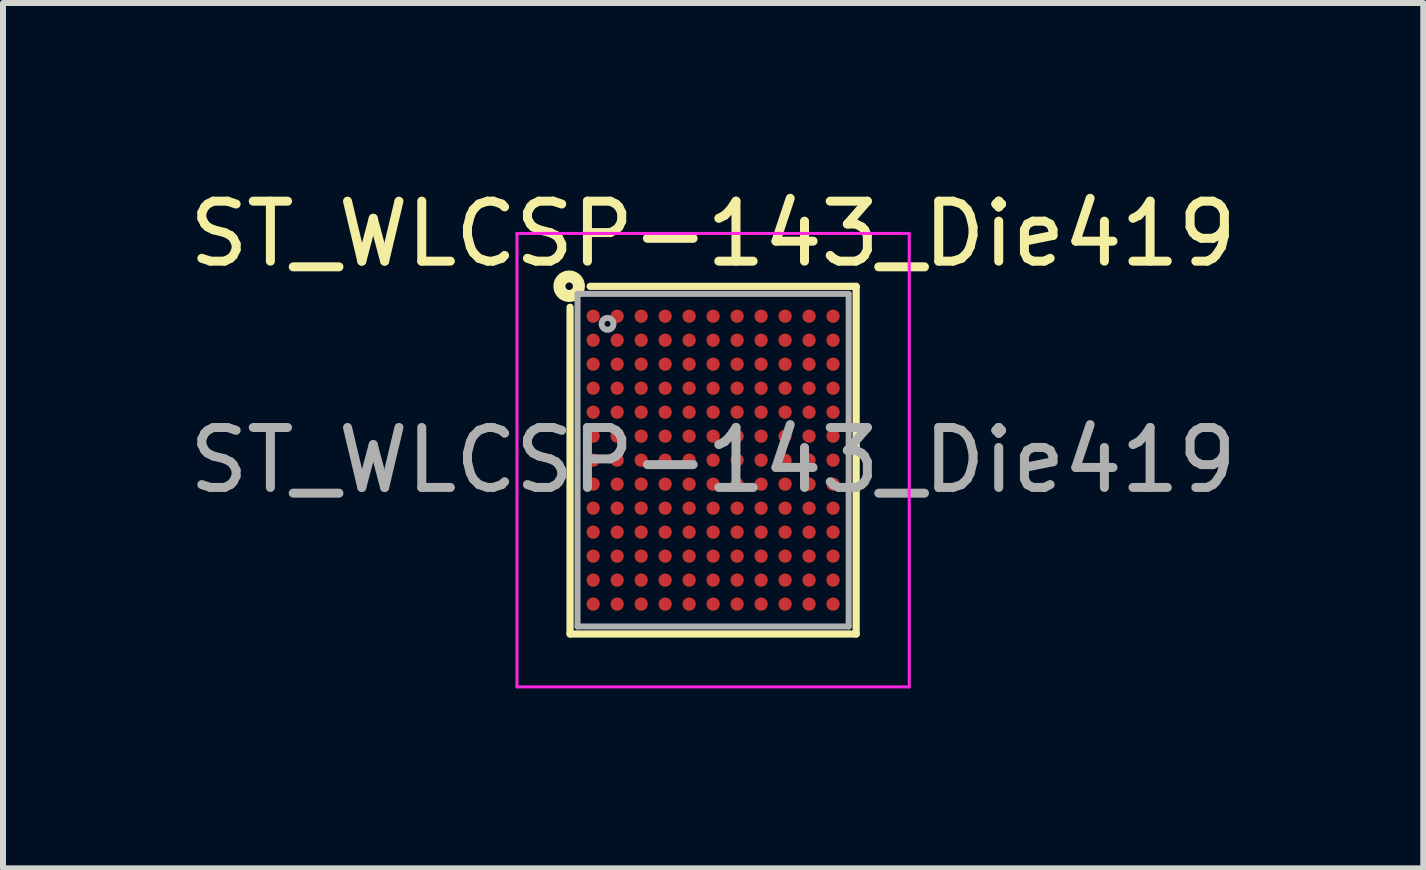
<source format=kicad_pcb>
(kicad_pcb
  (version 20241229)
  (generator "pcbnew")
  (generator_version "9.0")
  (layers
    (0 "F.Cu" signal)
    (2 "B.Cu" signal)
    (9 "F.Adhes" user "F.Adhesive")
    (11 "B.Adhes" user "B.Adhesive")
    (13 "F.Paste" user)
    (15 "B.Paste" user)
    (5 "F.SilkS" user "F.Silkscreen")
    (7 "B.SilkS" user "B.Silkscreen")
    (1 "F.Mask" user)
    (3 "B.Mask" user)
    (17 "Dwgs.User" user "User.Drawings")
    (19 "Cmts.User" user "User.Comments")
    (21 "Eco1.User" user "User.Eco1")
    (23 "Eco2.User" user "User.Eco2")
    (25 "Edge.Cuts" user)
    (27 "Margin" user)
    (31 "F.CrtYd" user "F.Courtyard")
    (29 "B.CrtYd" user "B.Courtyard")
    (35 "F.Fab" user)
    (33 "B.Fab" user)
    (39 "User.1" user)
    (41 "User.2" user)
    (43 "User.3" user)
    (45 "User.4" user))
  (footprint "ST_WLCSP-143_Die419"
    (layer "F.Cu")
    (at 8.839 4.622)
    (property "Reference" "ST_WLCSP-143_Die419" (at 0 -3.773 0) (layer "F.SilkS") (effects (font (size 1 1) (thickness 0.15))))
    (attr smd)
    (fp_line (start -2.385 2.898) (end -2.385 -2.55) (stroke (width 0.12) (type solid)) (layer "F.SilkS"))
    (fp_line (start -2.05 -2.898) (end 2.385 -2.898) (stroke (width 0.12) (type solid)) (layer "F.SilkS"))
    (fp_line (start 2.385 -2.898) (end 2.385 2.898) (stroke (width 0.12) (type solid)) (layer "F.SilkS"))
    (fp_line (start 2.385 2.898) (end -2.385 2.898) (stroke (width 0.12) (type solid)) (layer "F.SilkS"))
    (fp_circle (center -2.4 -2.9) (end -2.337 -2.9) (stroke (width 0.2) (type solid)) (fill no) (layer "F.SilkS"))
    (fp_line (start -3.27 -3.78) (end -3.27 3.78) (stroke (width 0.05) (type solid)) (layer "F.CrtYd"))
    (fp_line (start -3.27 3.78) (end 3.27 3.78) (stroke (width 0.05) (type solid)) (layer "F.CrtYd"))
    (fp_line (start 3.27 -3.78) (end -3.27 -3.78) (stroke (width 0.05) (type solid)) (layer "F.CrtYd"))
    (fp_line (start 3.27 3.78) (end 3.27 -3.78) (stroke (width 0.05) (type solid)) (layer "F.CrtYd"))
    (fp_line (start -2.26 2.773) (end -2.26 -2.773) (stroke (width 0.1) (type solid)) (layer "F.Fab"))
    (fp_line (start -2.26 -2.773) (end 2.26 -2.773) (stroke (width 0.1) (type solid)) (layer "F.Fab"))
    (fp_line (start 2.26 -2.773) (end 2.26 2.773) (stroke (width 0.1) (type solid)) (layer "F.Fab"))
    (fp_line (start 2.26 2.773) (end -2.26 2.773) (stroke (width 0.1) (type solid)) (layer "F.Fab"))
    (fp_circle (center -1.76 -2.273) (end -1.661 -2.273) (stroke (width 0.1) (type solid)) (fill no) (layer "F.Fab"))
    (fp_text user "${REFERENCE}" (at 0 0 0) (layer "F.Fab") (effects (font (size 1 1) (thickness 0.15))))
    (pad "A1" smd circle (at -2 -2.4) (size 0.22 0.22) (layers "F.Cu" "F.Mask" "F.Paste"))
    (pad "A2" smd circle (at -1.6 -2.4) (size 0.22 0.22) (layers "F.Cu" "F.Mask" "F.Paste"))
    (pad "A3" smd circle (at -1.2 -2.4) (size 0.22 0.22) (layers "F.Cu" "F.Mask" "F.Paste"))
    (pad "A4" smd circle (at -0.8 -2.4) (size 0.22 0.22) (layers "F.Cu" "F.Mask" "F.Paste"))
    (pad "A5" smd circle (at -0.4 -2.4) (size 0.22 0.22) (layers "F.Cu" "F.Mask" "F.Paste"))
    (pad "A6" smd circle (at 0 -2.4) (size 0.22 0.22) (layers "F.Cu" "F.Mask" "F.Paste"))
    (pad "A7" smd circle (at 0.4 -2.4) (size 0.22 0.22) (layers "F.Cu" "F.Mask" "F.Paste"))
    (pad "A8" smd circle (at 0.8 -2.4) (size 0.22 0.22) (layers "F.Cu" "F.Mask" "F.Paste"))
    (pad "A9" smd circle (at 1.2 -2.4) (size 0.22 0.22) (layers "F.Cu" "F.Mask" "F.Paste"))
    (pad "A10" smd circle (at 1.6 -2.4) (size 0.22 0.22) (layers "F.Cu" "F.Mask" "F.Paste"))
    (pad "A11" smd circle (at 2 -2.4) (size 0.22 0.22) (layers "F.Cu" "F.Mask" "F.Paste"))
    (pad "B1" smd circle (at -2 -2) (size 0.22 0.22) (layers "F.Cu" "F.Mask" "F.Paste"))
    (pad "B2" smd circle (at -1.6 -2) (size 0.22 0.22) (layers "F.Cu" "F.Mask" "F.Paste"))
    (pad "B3" smd circle (at -1.2 -2) (size 0.22 0.22) (layers "F.Cu" "F.Mask" "F.Paste"))
    (pad "B4" smd circle (at -0.8 -2) (size 0.22 0.22) (layers "F.Cu" "F.Mask" "F.Paste"))
    (pad "B5" smd circle (at -0.4 -2) (size 0.22 0.22) (layers "F.Cu" "F.Mask" "F.Paste"))
    (pad "B6" smd circle (at 0 -2) (size 0.22 0.22) (layers "F.Cu" "F.Mask" "F.Paste"))
    (pad "B7" smd circle (at 0.4 -2) (size 0.22 0.22) (layers "F.Cu" "F.Mask" "F.Paste"))
    (pad "B8" smd circle (at 0.8 -2) (size 0.22 0.22) (layers "F.Cu" "F.Mask" "F.Paste"))
    (pad "B9" smd circle (at 1.2 -2) (size 0.22 0.22) (layers "F.Cu" "F.Mask" "F.Paste"))
    (pad "B10" smd circle (at 1.6 -2) (size 0.22 0.22) (layers "F.Cu" "F.Mask" "F.Paste"))
    (pad "B11" smd circle (at 2 -2) (size 0.22 0.22) (layers "F.Cu" "F.Mask" "F.Paste"))
    (pad "C1" smd circle (at -2 -1.6) (size 0.22 0.22) (layers "F.Cu" "F.Mask" "F.Paste"))
    (pad "C2" smd circle (at -1.6 -1.6) (size 0.22 0.22) (layers "F.Cu" "F.Mask" "F.Paste"))
    (pad "C3" smd circle (at -1.2 -1.6) (size 0.22 0.22) (layers "F.Cu" "F.Mask" "F.Paste"))
    (pad "C4" smd circle (at -0.8 -1.6) (size 0.22 0.22) (layers "F.Cu" "F.Mask" "F.Paste"))
    (pad "C5" smd circle (at -0.4 -1.6) (size 0.22 0.22) (layers "F.Cu" "F.Mask" "F.Paste"))
    (pad "C6" smd circle (at 0 -1.6) (size 0.22 0.22) (layers "F.Cu" "F.Mask" "F.Paste"))
    (pad "C7" smd circle (at 0.4 -1.6) (size 0.22 0.22) (layers "F.Cu" "F.Mask" "F.Paste"))
    (pad "C8" smd circle (at 0.8 -1.6) (size 0.22 0.22) (layers "F.Cu" "F.Mask" "F.Paste"))
    (pad "C9" smd circle (at 1.2 -1.6) (size 0.22 0.22) (layers "F.Cu" "F.Mask" "F.Paste"))
    (pad "C10" smd circle (at 1.6 -1.6) (size 0.22 0.22) (layers "F.Cu" "F.Mask" "F.Paste"))
    (pad "C11" smd circle (at 2 -1.6) (size 0.22 0.22) (layers "F.Cu" "F.Mask" "F.Paste"))
    (pad "D1" smd circle (at -2 -1.2) (size 0.22 0.22) (layers "F.Cu" "F.Mask" "F.Paste"))
    (pad "D2" smd circle (at -1.6 -1.2) (size 0.22 0.22) (layers "F.Cu" "F.Mask" "F.Paste"))
    (pad "D3" smd circle (at -1.2 -1.2) (size 0.22 0.22) (layers "F.Cu" "F.Mask" "F.Paste"))
    (pad "D4" smd circle (at -0.8 -1.2) (size 0.22 0.22) (layers "F.Cu" "F.Mask" "F.Paste"))
    (pad "D5" smd circle (at -0.4 -1.2) (size 0.22 0.22) (layers "F.Cu" "F.Mask" "F.Paste"))
    (pad "D6" smd circle (at 0 -1.2) (size 0.22 0.22) (layers "F.Cu" "F.Mask" "F.Paste"))
    (pad "D7" smd circle (at 0.4 -1.2) (size 0.22 0.22) (layers "F.Cu" "F.Mask" "F.Paste"))
    (pad "D8" smd circle (at 0.8 -1.2) (size 0.22 0.22) (layers "F.Cu" "F.Mask" "F.Paste"))
    (pad "D9" smd circle (at 1.2 -1.2) (size 0.22 0.22) (layers "F.Cu" "F.Mask" "F.Paste"))
    (pad "D10" smd circle (at 1.6 -1.2) (size 0.22 0.22) (layers "F.Cu" "F.Mask" "F.Paste"))
    (pad "D11" smd circle (at 2 -1.2) (size 0.22 0.22) (layers "F.Cu" "F.Mask" "F.Paste"))
    (pad "E1" smd circle (at -2 -0.8) (size 0.22 0.22) (layers "F.Cu" "F.Mask" "F.Paste"))
    (pad "E2" smd circle (at -1.6 -0.8) (size 0.22 0.22) (layers "F.Cu" "F.Mask" "F.Paste"))
    (pad "E3" smd circle (at -1.2 -0.8) (size 0.22 0.22) (layers "F.Cu" "F.Mask" "F.Paste"))
    (pad "E4" smd circle (at -0.8 -0.8) (size 0.22 0.22) (layers "F.Cu" "F.Mask" "F.Paste"))
    (pad "E5" smd circle (at -0.4 -0.8) (size 0.22 0.22) (layers "F.Cu" "F.Mask" "F.Paste"))
    (pad "E6" smd circle (at 0 -0.8) (size 0.22 0.22) (layers "F.Cu" "F.Mask" "F.Paste"))
    (pad "E7" smd circle (at 0.4 -0.8) (size 0.22 0.22) (layers "F.Cu" "F.Mask" "F.Paste"))
    (pad "E8" smd circle (at 0.8 -0.8) (size 0.22 0.22) (layers "F.Cu" "F.Mask" "F.Paste"))
    (pad "E9" smd circle (at 1.2 -0.8) (size 0.22 0.22) (layers "F.Cu" "F.Mask" "F.Paste"))
    (pad "E10" smd circle (at 1.6 -0.8) (size 0.22 0.22) (layers "F.Cu" "F.Mask" "F.Paste"))
    (pad "E11" smd circle (at 2 -0.8) (size 0.22 0.22) (layers "F.Cu" "F.Mask" "F.Paste"))
    (pad "F1" smd circle (at -2 -0.4) (size 0.22 0.22) (layers "F.Cu" "F.Mask" "F.Paste"))
    (pad "F2" smd circle (at -1.6 -0.4) (size 0.22 0.22) (layers "F.Cu" "F.Mask" "F.Paste"))
    (pad "F3" smd circle (at -1.2 -0.4) (size 0.22 0.22) (layers "F.Cu" "F.Mask" "F.Paste"))
    (pad "F4" smd circle (at -0.8 -0.4) (size 0.22 0.22) (layers "F.Cu" "F.Mask" "F.Paste"))
    (pad "F5" smd circle (at -0.4 -0.4) (size 0.22 0.22) (layers "F.Cu" "F.Mask" "F.Paste"))
    (pad "F6" smd circle (at 0 -0.4) (size 0.22 0.22) (layers "F.Cu" "F.Mask" "F.Paste"))
    (pad "F7" smd circle (at 0.4 -0.4) (size 0.22 0.22) (layers "F.Cu" "F.Mask" "F.Paste"))
    (pad "F8" smd circle (at 0.8 -0.4) (size 0.22 0.22) (layers "F.Cu" "F.Mask" "F.Paste"))
    (pad "F9" smd circle (at 1.2 -0.4) (size 0.22 0.22) (layers "F.Cu" "F.Mask" "F.Paste"))
    (pad "F10" smd circle (at 1.6 -0.4) (size 0.22 0.22) (layers "F.Cu" "F.Mask" "F.Paste"))
    (pad "F11" smd circle (at 2 -0.4) (size 0.22 0.22) (layers "F.Cu" "F.Mask" "F.Paste"))
    (pad "G1" smd circle (at -2 0) (size 0.22 0.22) (layers "F.Cu" "F.Mask" "F.Paste"))
    (pad "G2" smd circle (at -1.6 0) (size 0.22 0.22) (layers "F.Cu" "F.Mask" "F.Paste"))
    (pad "G3" smd circle (at -1.2 0) (size 0.22 0.22) (layers "F.Cu" "F.Mask" "F.Paste"))
    (pad "G4" smd circle (at -0.8 0) (size 0.22 0.22) (layers "F.Cu" "F.Mask" "F.Paste"))
    (pad "G5" smd circle (at -0.4 0) (size 0.22 0.22) (layers "F.Cu" "F.Mask" "F.Paste"))
    (pad "G6" smd circle (at 0 0) (size 0.22 0.22) (layers "F.Cu" "F.Mask" "F.Paste"))
    (pad "G7" smd circle (at 0.4 0) (size 0.22 0.22) (layers "F.Cu" "F.Mask" "F.Paste"))
    (pad "G8" smd circle (at 0.8 0) (size 0.22 0.22) (layers "F.Cu" "F.Mask" "F.Paste"))
    (pad "G9" smd circle (at 1.2 0) (size 0.22 0.22) (layers "F.Cu" "F.Mask" "F.Paste"))
    (pad "G10" smd circle (at 1.6 0) (size 0.22 0.22) (layers "F.Cu" "F.Mask" "F.Paste"))
    (pad "G11" smd circle (at 2 0) (size 0.22 0.22) (layers "F.Cu" "F.Mask" "F.Paste"))
    (pad "H1" smd circle (at -2 0.4) (size 0.22 0.22) (layers "F.Cu" "F.Mask" "F.Paste"))
    (pad "H2" smd circle (at -1.6 0.4) (size 0.22 0.22) (layers "F.Cu" "F.Mask" "F.Paste"))
    (pad "H3" smd circle (at -1.2 0.4) (size 0.22 0.22) (layers "F.Cu" "F.Mask" "F.Paste"))
    (pad "H4" smd circle (at -0.8 0.4) (size 0.22 0.22) (layers "F.Cu" "F.Mask" "F.Paste"))
    (pad "H5" smd circle (at -0.4 0.4) (size 0.22 0.22) (layers "F.Cu" "F.Mask" "F.Paste"))
    (pad "H6" smd circle (at 0 0.4) (size 0.22 0.22) (layers "F.Cu" "F.Mask" "F.Paste"))
    (pad "H7" smd circle (at 0.4 0.4) (size 0.22 0.22) (layers "F.Cu" "F.Mask" "F.Paste"))
    (pad "H8" smd circle (at 0.8 0.4) (size 0.22 0.22) (layers "F.Cu" "F.Mask" "F.Paste"))
    (pad "H9" smd circle (at 1.2 0.4) (size 0.22 0.22) (layers "F.Cu" "F.Mask" "F.Paste"))
    (pad "H10" smd circle (at 1.6 0.4) (size 0.22 0.22) (layers "F.Cu" "F.Mask" "F.Paste"))
    (pad "H11" smd circle (at 2 0.4) (size 0.22 0.22) (layers "F.Cu" "F.Mask" "F.Paste"))
    (pad "J1" smd circle (at -2 0.8) (size 0.22 0.22) (layers "F.Cu" "F.Mask" "F.Paste"))
    (pad "J2" smd circle (at -1.6 0.8) (size 0.22 0.22) (layers "F.Cu" "F.Mask" "F.Paste"))
    (pad "J3" smd circle (at -1.2 0.8) (size 0.22 0.22) (layers "F.Cu" "F.Mask" "F.Paste"))
    (pad "J4" smd circle (at -0.8 0.8) (size 0.22 0.22) (layers "F.Cu" "F.Mask" "F.Paste"))
    (pad "J5" smd circle (at -0.4 0.8) (size 0.22 0.22) (layers "F.Cu" "F.Mask" "F.Paste"))
    (pad "J6" smd circle (at 0 0.8) (size 0.22 0.22) (layers "F.Cu" "F.Mask" "F.Paste"))
    (pad "J7" smd circle (at 0.4 0.8) (size 0.22 0.22) (layers "F.Cu" "F.Mask" "F.Paste"))
    (pad "J8" smd circle (at 0.8 0.8) (size 0.22 0.22) (layers "F.Cu" "F.Mask" "F.Paste"))
    (pad "J9" smd circle (at 1.2 0.8) (size 0.22 0.22) (layers "F.Cu" "F.Mask" "F.Paste"))
    (pad "J10" smd circle (at 1.6 0.8) (size 0.22 0.22) (layers "F.Cu" "F.Mask" "F.Paste"))
    (pad "J11" smd circle (at 2 0.8) (size 0.22 0.22) (layers "F.Cu" "F.Mask" "F.Paste"))
    (pad "K1" smd circle (at -2 1.2) (size 0.22 0.22) (layers "F.Cu" "F.Mask" "F.Paste"))
    (pad "K2" smd circle (at -1.6 1.2) (size 0.22 0.22) (layers "F.Cu" "F.Mask" "F.Paste"))
    (pad "K3" smd circle (at -1.2 1.2) (size 0.22 0.22) (layers "F.Cu" "F.Mask" "F.Paste"))
    (pad "K4" smd circle (at -0.8 1.2) (size 0.22 0.22) (layers "F.Cu" "F.Mask" "F.Paste"))
    (pad "K5" smd circle (at -0.4 1.2) (size 0.22 0.22) (layers "F.Cu" "F.Mask" "F.Paste"))
    (pad "K6" smd circle (at 0 1.2) (size 0.22 0.22) (layers "F.Cu" "F.Mask" "F.Paste"))
    (pad "K7" smd circle (at 0.4 1.2) (size 0.22 0.22) (layers "F.Cu" "F.Mask" "F.Paste"))
    (pad "K8" smd circle (at 0.8 1.2) (size 0.22 0.22) (layers "F.Cu" "F.Mask" "F.Paste"))
    (pad "K9" smd circle (at 1.2 1.2) (size 0.22 0.22) (layers "F.Cu" "F.Mask" "F.Paste"))
    (pad "K10" smd circle (at 1.6 1.2) (size 0.22 0.22) (layers "F.Cu" "F.Mask" "F.Paste"))
    (pad "K11" smd circle (at 2 1.2) (size 0.22 0.22) (layers "F.Cu" "F.Mask" "F.Paste"))
    (pad "L1" smd circle (at -2 1.6) (size 0.22 0.22) (layers "F.Cu" "F.Mask" "F.Paste"))
    (pad "L2" smd circle (at -1.6 1.6) (size 0.22 0.22) (layers "F.Cu" "F.Mask" "F.Paste"))
    (pad "L3" smd circle (at -1.2 1.6) (size 0.22 0.22) (layers "F.Cu" "F.Mask" "F.Paste"))
    (pad "L4" smd circle (at -0.8 1.6) (size 0.22 0.22) (layers "F.Cu" "F.Mask" "F.Paste"))
    (pad "L5" smd circle (at -0.4 1.6) (size 0.22 0.22) (layers "F.Cu" "F.Mask" "F.Paste"))
    (pad "L6" smd circle (at 0 1.6) (size 0.22 0.22) (layers "F.Cu" "F.Mask" "F.Paste"))
    (pad "L7" smd circle (at 0.4 1.6) (size 0.22 0.22) (layers "F.Cu" "F.Mask" "F.Paste"))
    (pad "L8" smd circle (at 0.8 1.6) (size 0.22 0.22) (layers "F.Cu" "F.Mask" "F.Paste"))
    (pad "L9" smd circle (at 1.2 1.6) (size 0.22 0.22) (layers "F.Cu" "F.Mask" "F.Paste"))
    (pad "L10" smd circle (at 1.6 1.6) (size 0.22 0.22) (layers "F.Cu" "F.Mask" "F.Paste"))
    (pad "L11" smd circle (at 2 1.6) (size 0.22 0.22) (layers "F.Cu" "F.Mask" "F.Paste"))
    (pad "M1" smd circle (at -2 2) (size 0.22 0.22) (layers "F.Cu" "F.Mask" "F.Paste"))
    (pad "M2" smd circle (at -1.6 2) (size 0.22 0.22) (layers "F.Cu" "F.Mask" "F.Paste"))
    (pad "M3" smd circle (at -1.2 2) (size 0.22 0.22) (layers "F.Cu" "F.Mask" "F.Paste"))
    (pad "M4" smd circle (at -0.8 2) (size 0.22 0.22) (layers "F.Cu" "F.Mask" "F.Paste"))
    (pad "M5" smd circle (at -0.4 2) (size 0.22 0.22) (layers "F.Cu" "F.Mask" "F.Paste"))
    (pad "M6" smd circle (at 0 2) (size 0.22 0.22) (layers "F.Cu" "F.Mask" "F.Paste"))
    (pad "M7" smd circle (at 0.4 2) (size 0.22 0.22) (layers "F.Cu" "F.Mask" "F.Paste"))
    (pad "M8" smd circle (at 0.8 2) (size 0.22 0.22) (layers "F.Cu" "F.Mask" "F.Paste"))
    (pad "M9" smd circle (at 1.2 2) (size 0.22 0.22) (layers "F.Cu" "F.Mask" "F.Paste"))
    (pad "M10" smd circle (at 1.6 2) (size 0.22 0.22) (layers "F.Cu" "F.Mask" "F.Paste"))
    (pad "M11" smd circle (at 2 2) (size 0.22 0.22) (layers "F.Cu" "F.Mask" "F.Paste"))
    (pad "N1" smd circle (at -2 2.4) (size 0.22 0.22) (layers "F.Cu" "F.Mask" "F.Paste"))
    (pad "N2" smd circle (at -1.6 2.4) (size 0.22 0.22) (layers "F.Cu" "F.Mask" "F.Paste"))
    (pad "N3" smd circle (at -1.2 2.4) (size 0.22 0.22) (layers "F.Cu" "F.Mask" "F.Paste"))
    (pad "N4" smd circle (at -0.8 2.4) (size 0.22 0.22) (layers "F.Cu" "F.Mask" "F.Paste"))
    (pad "N5" smd circle (at -0.4 2.4) (size 0.22 0.22) (layers "F.Cu" "F.Mask" "F.Paste"))
    (pad "N6" smd circle (at 0 2.4) (size 0.22 0.22) (layers "F.Cu" "F.Mask" "F.Paste"))
    (pad "N7" smd circle (at 0.4 2.4) (size 0.22 0.22) (layers "F.Cu" "F.Mask" "F.Paste"))
    (pad "N8" smd circle (at 0.8 2.4) (size 0.22 0.22) (layers "F.Cu" "F.Mask" "F.Paste"))
    (pad "N9" smd circle (at 1.2 2.4) (size 0.22 0.22) (layers "F.Cu" "F.Mask" "F.Paste"))
    (pad "N10" smd circle (at 1.6 2.4) (size 0.22 0.22) (layers "F.Cu" "F.Mask" "F.Paste"))
    (pad "N11" smd circle (at 2 2.4) (size 0.22 0.22) (layers "F.Cu" "F.Mask" "F.Paste")))
  (gr_rect
    (start -3 -3)
    (end 20.679 11.427)
    (stroke (width 0.1) (type default))
    (fill no)
    (layer "Edge.Cuts")))
</source>
